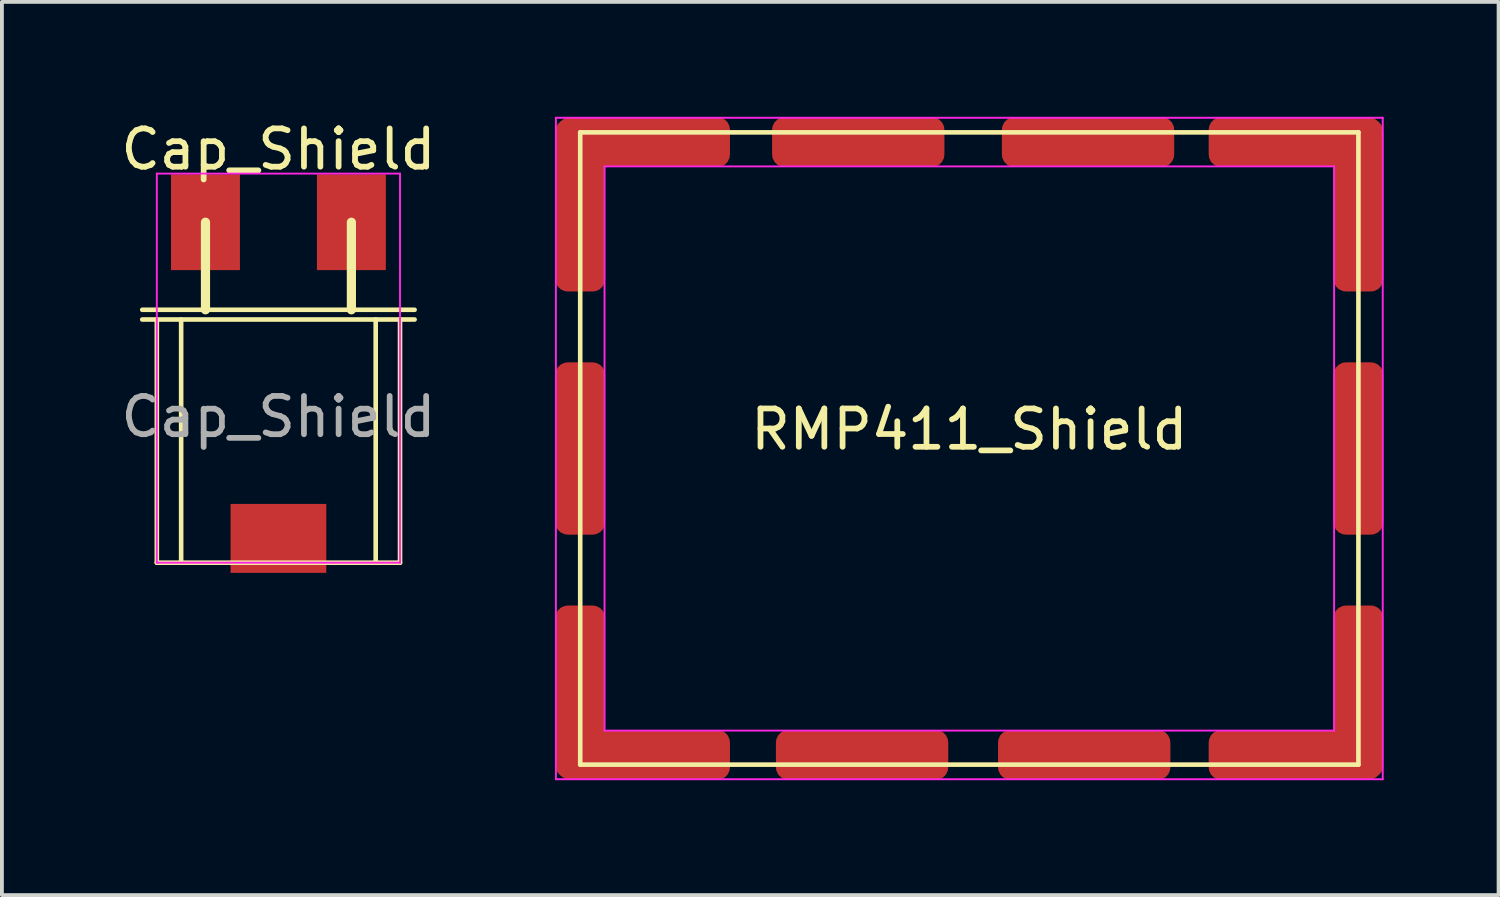
<source format=kicad_pcb>
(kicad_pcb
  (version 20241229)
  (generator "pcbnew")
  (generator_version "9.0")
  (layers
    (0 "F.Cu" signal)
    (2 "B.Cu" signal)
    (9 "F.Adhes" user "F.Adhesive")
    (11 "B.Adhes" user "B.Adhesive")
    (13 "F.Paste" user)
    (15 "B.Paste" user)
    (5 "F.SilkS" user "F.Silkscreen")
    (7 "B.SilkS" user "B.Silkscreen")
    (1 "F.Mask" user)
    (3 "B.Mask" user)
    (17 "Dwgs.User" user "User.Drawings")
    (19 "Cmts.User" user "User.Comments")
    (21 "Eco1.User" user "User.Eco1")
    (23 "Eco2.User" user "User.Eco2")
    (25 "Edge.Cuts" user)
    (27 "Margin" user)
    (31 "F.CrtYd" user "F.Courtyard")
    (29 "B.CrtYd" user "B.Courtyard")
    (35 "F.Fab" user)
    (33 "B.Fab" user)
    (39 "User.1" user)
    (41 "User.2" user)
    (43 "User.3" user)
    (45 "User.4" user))
  (footprint "Cap_Shield"
    (layer "F.Cu")
    (at 4.22 6.563)
    (property "Reference" "Cap_Shield" (at 0 -5.715 0) (unlocked yes) (layer "F.SilkS") (effects (font (size 1 1) (thickness 0.15))))
    (attr smd)
    (fp_line (start -3.556 -1.524) (end -3.175 -1.524) (stroke (width 0.12) (type solid)) (layer "F.SilkS"))
    (fp_line (start -3.556 -1.27) (end -3.175 -1.27) (stroke (width 0.12) (type solid)) (layer "F.SilkS"))
    (fp_line (start -3.175 -1.27) (end 3.175 -1.27) (stroke (width 0.12) (type solid)) (layer "F.SilkS"))
    (fp_line (start -3.175 5.08) (end -3.175 -1.27) (stroke (width 0.12) (type solid)) (layer "F.SilkS"))
    (fp_line (start -2.54 -1.27) (end -2.54 5.08) (stroke (width 0.12) (type solid)) (layer "F.SilkS"))
    (fp_line (start -1.905 -3.81) (end -1.905 -1.524) (stroke (width 0.24) (type solid)) (layer "F.SilkS"))
    (fp_line (start 1.905 -3.81) (end 1.905 -1.524) (stroke (width 0.24) (type solid)) (layer "F.SilkS"))
    (fp_line (start 2.54 -1.27) (end 2.54 5.08) (stroke (width 0.12) (type solid)) (layer "F.SilkS"))
    (fp_line (start 3.175 -1.524) (end -3.175 -1.524) (stroke (width 0.12) (type solid)) (layer "F.SilkS"))
    (fp_line (start 3.175 -1.27) (end 3.175 5.08) (stroke (width 0.12) (type solid)) (layer "F.SilkS"))
    (fp_line (start 3.175 5.08) (end -3.175 5.08) (stroke (width 0.12) (type solid)) (layer "F.SilkS"))
    (fp_line (start 3.556 -1.524) (end 3.175 -1.524) (stroke (width 0.12) (type solid)) (layer "F.SilkS"))
    (fp_line (start 3.556 -1.27) (end 3.175 -1.27) (stroke (width 0.12) (type solid)) (layer "F.SilkS"))
    (fp_line (start -3.175 -5.08) (end 3.175 -5.08) (stroke (width 0.05) (type solid)) (layer "F.CrtYd"))
    (fp_line (start -3.175 5.08) (end -3.175 -5.08) (stroke (width 0.05) (type solid)) (layer "F.CrtYd"))
    (fp_line (start 3.175 -5.08) (end 3.175 5.08) (stroke (width 0.05) (type solid)) (layer "F.CrtYd"))
    (fp_line (start 3.175 5.08) (end -3.175 5.08) (stroke (width 0.05) (type solid)) (layer "F.CrtYd"))
    (fp_text user "${REFERENCE}" (at 0 1.27 0) (unlocked yes) (layer "F.Fab") (effects (font (size 1 1) (thickness 0.15))))
    (pad "1" smd rect (at -1.905 -3.81) (size 1.8 2.5) (layers "F.Cu" "F.Mask" "F.Paste"))
    (pad "2" smd rect (at 1.905 -3.81) (size 1.8 2.5) (layers "F.Cu" "F.Mask" "F.Paste"))
    (pad "SH" smd rect (at 0 4.445 270) (size 1.8 2.5) (layers "F.Cu" "F.Mask" "F.Paste")))
  (footprint "RMP411_Shield"
    (layer "F.Cu")
    (at 22.26 8.661)
    (property "Reference" "RMP411_Shield" (at 0 -0.5 0) (unlocked yes) (layer "F.SilkS") (effects (font (size 1 1) (thickness 0.15))))
    (attr smd)
    (fp_line (start -10.16 -8.255) (end -10.16 8.255) (stroke (width 0.12) (type solid)) (layer "F.SilkS"))
    (fp_line (start -10.16 8.255) (end 10.16 8.255) (stroke (width 0.12) (type solid)) (layer "F.SilkS"))
    (fp_line (start 10.16 -8.255) (end -10.16 -8.255) (stroke (width 0.12) (type solid)) (layer "F.SilkS"))
    (fp_line (start 10.16 8.255) (end 10.16 -8.255) (stroke (width 0.12) (type solid)) (layer "F.SilkS"))
    (fp_line (start -10.795 -8.636) (end 10.795 -8.636) (stroke (width 0.05) (type solid)) (layer "F.CrtYd"))
    (fp_line (start -10.795 8.636) (end -10.795 -8.636) (stroke (width 0.05) (type solid)) (layer "F.CrtYd"))
    (fp_line (start -9.525 -7.366) (end 9.525 -7.366) (stroke (width 0.05) (type solid)) (layer "F.CrtYd"))
    (fp_line (start -9.525 7.366) (end -9.525 -7.366) (stroke (width 0.05) (type solid)) (layer "F.CrtYd"))
    (fp_line (start 9.525 -7.366) (end 9.525 7.366) (stroke (width 0.05) (type solid)) (layer "F.CrtYd"))
    (fp_line (start 9.525 7.366) (end -9.525 7.366) (stroke (width 0.05) (type solid)) (layer "F.CrtYd"))
    (fp_line (start 10.795 -8.636) (end 10.795 8.636) (stroke (width 0.05) (type solid)) (layer "F.CrtYd"))
    (fp_line (start 10.795 8.636) (end -10.795 8.636) (stroke (width 0.05) (type solid)) (layer "F.CrtYd"))
    (pad "1" smd roundrect (at -10.16 -6.35 270) (size 4.5 1.3) (layers "F.Cu" "F.Mask" "F.Paste") (roundrect_rratio 0.25))
    (pad "1" smd roundrect (at -10.16 0 270) (size 4.5 1.3) (layers "F.Cu" "F.Mask" "F.Paste") (roundrect_rratio 0.25))
    (pad "1" smd roundrect (at -10.16 6.35 270) (size 4.5 1.3) (layers "F.Cu" "F.Mask" "F.Paste") (roundrect_rratio 0.25))
    (pad "1" smd roundrect (at -8.5 -8) (size 4.5 1.3) (layers "F.Cu" "F.Mask" "F.Paste") (roundrect_rratio 0.25))
    (pad "1" smd roundrect (at -8.5 8) (size 4.5 1.3) (layers "F.Cu" "F.Mask" "F.Paste") (roundrect_rratio 0.25))
    (pad "1" smd roundrect (at -2.9 -8 180) (size 4.5 1.3) (layers "F.Cu" "F.Mask" "F.Paste") (roundrect_rratio 0.25))
    (pad "1" smd roundrect (at -2.8 8 180) (size 4.5 1.3) (layers "F.Cu" "F.Mask" "F.Paste") (roundrect_rratio 0.25))
    (pad "1" smd roundrect (at 3 8 180) (size 4.5 1.3) (layers "F.Cu" "F.Mask" "F.Paste") (roundrect_rratio 0.25))
    (pad "1" smd roundrect (at 3.1 -8 180) (size 4.5 1.3) (layers "F.Cu" "F.Mask" "F.Paste") (roundrect_rratio 0.25))
    (pad "1" smd roundrect (at 8.5 -8) (size 4.5 1.3) (layers "F.Cu" "F.Mask" "F.Paste") (roundrect_rratio 0.25))
    (pad "1" smd roundrect (at 8.5 8) (size 4.5 1.3) (layers "F.Cu" "F.Mask" "F.Paste") (roundrect_rratio 0.25))
    (pad "1" smd roundrect (at 10.16 -6.35 270) (size 4.5 1.3) (layers "F.Cu" "F.Mask" "F.Paste") (roundrect_rratio 0.25))
    (pad "1" smd roundrect (at 10.16 0 270) (size 4.5 1.3) (layers "F.Cu" "F.Mask" "F.Paste") (roundrect_rratio 0.25))
    (pad "1" smd roundrect (at 10.16 6.35 270) (size 4.5 1.3) (layers "F.Cu" "F.Mask" "F.Paste") (roundrect_rratio 0.25)))
  (gr_rect
    (start -3 -3)
    (end 36.08 20.322)
    (stroke (width 0.1) (type default))
    (fill no)
    (layer "Edge.Cuts")))
</source>
